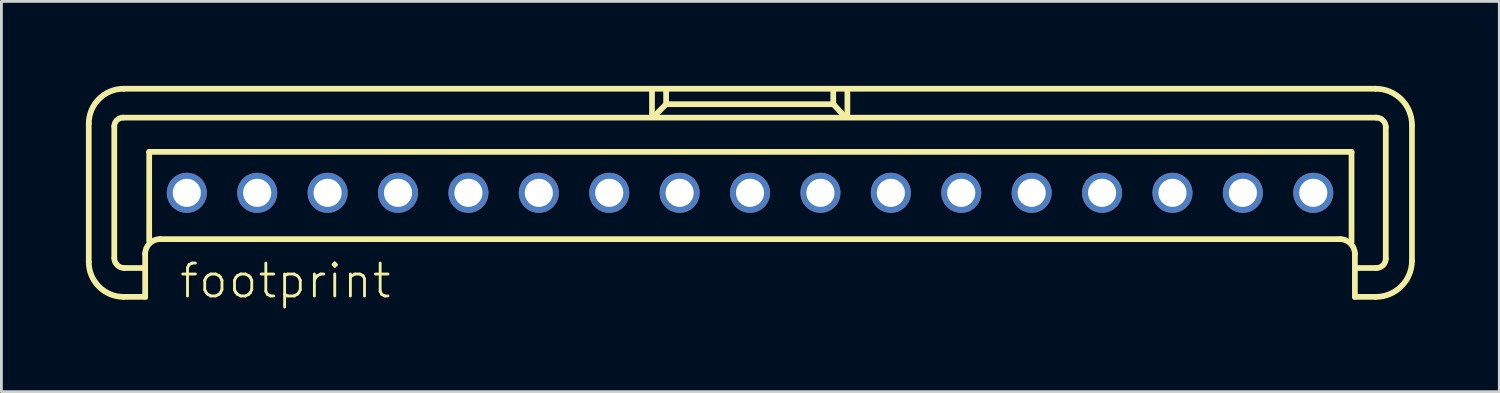
<source format=kicad_pcb>
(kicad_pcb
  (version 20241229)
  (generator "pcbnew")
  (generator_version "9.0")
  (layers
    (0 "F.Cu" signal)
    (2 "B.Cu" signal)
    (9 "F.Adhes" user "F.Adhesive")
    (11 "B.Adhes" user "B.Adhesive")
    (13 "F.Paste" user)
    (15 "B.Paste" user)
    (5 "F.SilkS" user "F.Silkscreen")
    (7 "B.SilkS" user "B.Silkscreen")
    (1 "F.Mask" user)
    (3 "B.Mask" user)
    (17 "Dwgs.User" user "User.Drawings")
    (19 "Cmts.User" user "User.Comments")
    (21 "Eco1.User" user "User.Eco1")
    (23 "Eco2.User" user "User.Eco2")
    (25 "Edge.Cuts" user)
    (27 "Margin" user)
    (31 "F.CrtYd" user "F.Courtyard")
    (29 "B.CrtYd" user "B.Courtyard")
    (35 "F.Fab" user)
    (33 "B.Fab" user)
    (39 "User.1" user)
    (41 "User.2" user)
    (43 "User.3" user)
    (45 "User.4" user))
  (footprint "footprint"
    (layer "F.Cu")
    (at 23.583 3.797)
    (property "Reference" "footprint" (at -20.32 3.81 0) (layer "F.SilkS") (effects (font (size 1.168 1.168) (thickness 0.102)) (justify left bottom)))
    (fp_line (start -23.481 2.456) (end -23.481 -2.456) (stroke (width 0.203) (type solid)) (layer "F.SilkS"))
    (fp_line (start -22.575 2.313) (end -22.575 -2.361) (stroke (width 0.203) (type solid)) (layer "F.SilkS"))
    (fp_line (start -22.265 -2.67) (end 22.241 -2.67) (stroke (width 0.203) (type solid)) (layer "F.SilkS"))
    (fp_line (start -22.241 -3.696) (end 22.217 -3.696) (stroke (width 0.203) (type solid)) (layer "F.SilkS"))
    (fp_line (start -21.502 2.67) (end -22.217 2.67) (stroke (width 0.203) (type solid)) (layer "F.SilkS"))
    (fp_line (start -21.478 2.17) (end -21.478 3.695) (stroke (width 0.203) (type solid)) (layer "F.SilkS"))
    (fp_line (start -21.478 3.695) (end -22.241 3.695) (stroke (width 0.203) (type solid)) (layer "F.SilkS"))
    (fp_line (start -21.335 -1.454) (end 21.359 -1.454) (stroke (width 0.203) (type solid)) (layer "F.SilkS"))
    (fp_line (start -21.335 1.716) (end -21.335 -1.454) (stroke (width 0.203) (type solid)) (layer "F.SilkS"))
    (fp_line (start -3.481 -3.648) (end -3.481 -2.742) (stroke (width 0.203) (type solid)) (layer "F.SilkS"))
    (fp_line (start -3.004 -3.123) (end -3.386 -2.742) (stroke (width 0.203) (type solid)) (layer "F.SilkS"))
    (fp_line (start -2.98 -3.147) (end -2.98 -3.624) (stroke (width 0.203) (type solid)) (layer "F.SilkS"))
    (fp_line (start 2.956 -3.672) (end 2.956 -3.147) (stroke (width 0.203) (type solid)) (layer "F.SilkS"))
    (fp_line (start 2.956 -3.147) (end -2.98 -3.147) (stroke (width 0.203) (type solid)) (layer "F.SilkS"))
    (fp_line (start 2.98 -3.123) (end 3.314 -2.766) (stroke (width 0.203) (type solid)) (layer "F.SilkS"))
    (fp_line (start 3.457 -3.624) (end 3.457 -2.742) (stroke (width 0.203) (type solid)) (layer "F.SilkS"))
    (fp_line (start 20.954 1.645) (end -20.954 1.645) (stroke (width 0.203) (type solid)) (layer "F.SilkS"))
    (fp_line (start 21.359 -1.454) (end 21.359 1.74) (stroke (width 0.203) (type solid)) (layer "F.SilkS"))
    (fp_line (start 21.478 3.695) (end 21.478 2.17) (stroke (width 0.203) (type solid)) (layer "F.SilkS"))
    (fp_line (start 22.217 3.695) (end 21.478 3.695) (stroke (width 0.203) (type solid)) (layer "F.SilkS"))
    (fp_line (start 22.241 2.67) (end 21.573 2.67) (stroke (width 0.203) (type solid)) (layer "F.SilkS"))
    (fp_line (start 22.575 -2.337) (end 22.575 2.336) (stroke (width 0.203) (type solid)) (layer "F.SilkS"))
    (fp_line (start 23.505 -2.408) (end 23.505 2.408) (stroke (width 0.203) (type solid)) (layer "F.SilkS"))
    (fp_arc (start -23.481 -2.4558) (mid -23.117871 -3.332471) (end -22.2412 -3.6956) (stroke (width 0.2032) (type solid)) (layer "F.SilkS"))
    (fp_arc (start -22.575 -2.3605) (mid -22.484232 -2.579632) (end -22.2651 -2.6704) (stroke (width 0.2032) (type solid)) (layer "F.SilkS"))
    (fp_arc (start -22.2412 3.6954) (mid -23.117871 3.332271) (end -23.481 2.4556) (stroke (width 0.2032) (type solid)) (layer "F.SilkS"))
    (fp_arc (start -22.2174 2.6702) (mid -22.470261 2.565461) (end -22.575 2.3126) (stroke (width 0.2032) (type solid)) (layer "F.SilkS"))
    (fp_arc (start -21.4783 2.1695) (mid -21.324678 1.798622) (end -20.9538 1.645) (stroke (width 0.2032) (type solid)) (layer "F.SilkS"))
    (fp_arc (start 20.9536 1.645) (mid 21.324478 1.798622) (end 21.4781 2.1695) (stroke (width 0.2032) (type solid)) (layer "F.SilkS"))
    (fp_arc (start 22.2172 -3.6956) (mid 23.1276 -3.3185) (end 23.5047 -2.4081) (stroke (width 0.2032) (type solid)) (layer "F.SilkS"))
    (fp_arc (start 22.2411 -2.6704) (mid 22.477132 -2.572632) (end 22.5749 -2.3366) (stroke (width 0.2032) (type solid)) (layer "F.SilkS"))
    (fp_arc (start 22.5749 2.3364) (mid 22.477132 2.572432) (end 22.2411 2.6702) (stroke (width 0.2032) (type solid)) (layer "F.SilkS"))
    (fp_arc (start 23.5047 2.4079) (mid 23.1276 3.3183) (end 22.2172 3.6954) (stroke (width 0.2032) (type solid)) (layer "F.SilkS"))
    (pad "1" thru_hole circle (at -20 0) (size 1.422 1.422) (drill 1) (layers "*.Cu" "*.Mask"))
    (pad "2" thru_hole circle (at -17.5 0) (size 1.422 1.422) (drill 1) (layers "*.Cu" "*.Mask"))
    (pad "3" thru_hole circle (at -15 0) (size 1.422 1.422) (drill 1) (layers "*.Cu" "*.Mask"))
    (pad "4" thru_hole circle (at -12.5 0) (size 1.422 1.422) (drill 1) (layers "*.Cu" "*.Mask"))
    (pad "5" thru_hole circle (at -10 0) (size 1.422 1.422) (drill 1) (layers "*.Cu" "*.Mask"))
    (pad "6" thru_hole circle (at -7.5 0) (size 1.422 1.422) (drill 1) (layers "*.Cu" "*.Mask"))
    (pad "7" thru_hole circle (at -5 0) (size 1.422 1.422) (drill 1) (layers "*.Cu" "*.Mask"))
    (pad "8" thru_hole circle (at -2.5 0) (size 1.422 1.422) (drill 1) (layers "*.Cu" "*.Mask"))
    (pad "9" thru_hole circle (at 0 0) (size 1.422 1.422) (drill 1) (layers "*.Cu" "*.Mask"))
    (pad "10" thru_hole circle (at 2.5 0) (size 1.422 1.422) (drill 1) (layers "*.Cu" "*.Mask"))
    (pad "11" thru_hole circle (at 5 0) (size 1.422 1.422) (drill 1) (layers "*.Cu" "*.Mask"))
    (pad "12" thru_hole circle (at 7.5 0) (size 1.422 1.422) (drill 1) (layers "*.Cu" "*.Mask"))
    (pad "13" thru_hole circle (at 10 0) (size 1.422 1.422) (drill 1) (layers "*.Cu" "*.Mask"))
    (pad "14" thru_hole circle (at 12.5 0) (size 1.422 1.422) (drill 1) (layers "*.Cu" "*.Mask"))
    (pad "15" thru_hole circle (at 15 0) (size 1.422 1.422) (drill 1) (layers "*.Cu" "*.Mask"))
    (pad "16" thru_hole circle (at 17.5 0) (size 1.422 1.422) (drill 1) (layers "*.Cu" "*.Mask"))
    (pad "17" thru_hole circle (at 20 0) (size 1.422 1.422) (drill 1) (layers "*.Cu" "*.Mask")))
  (gr_rect
    (start -3 -3)
    (end 50.189 10.858)
    (stroke (width 0.1) (type default))
    (fill no)
    (layer "Edge.Cuts")))
</source>
